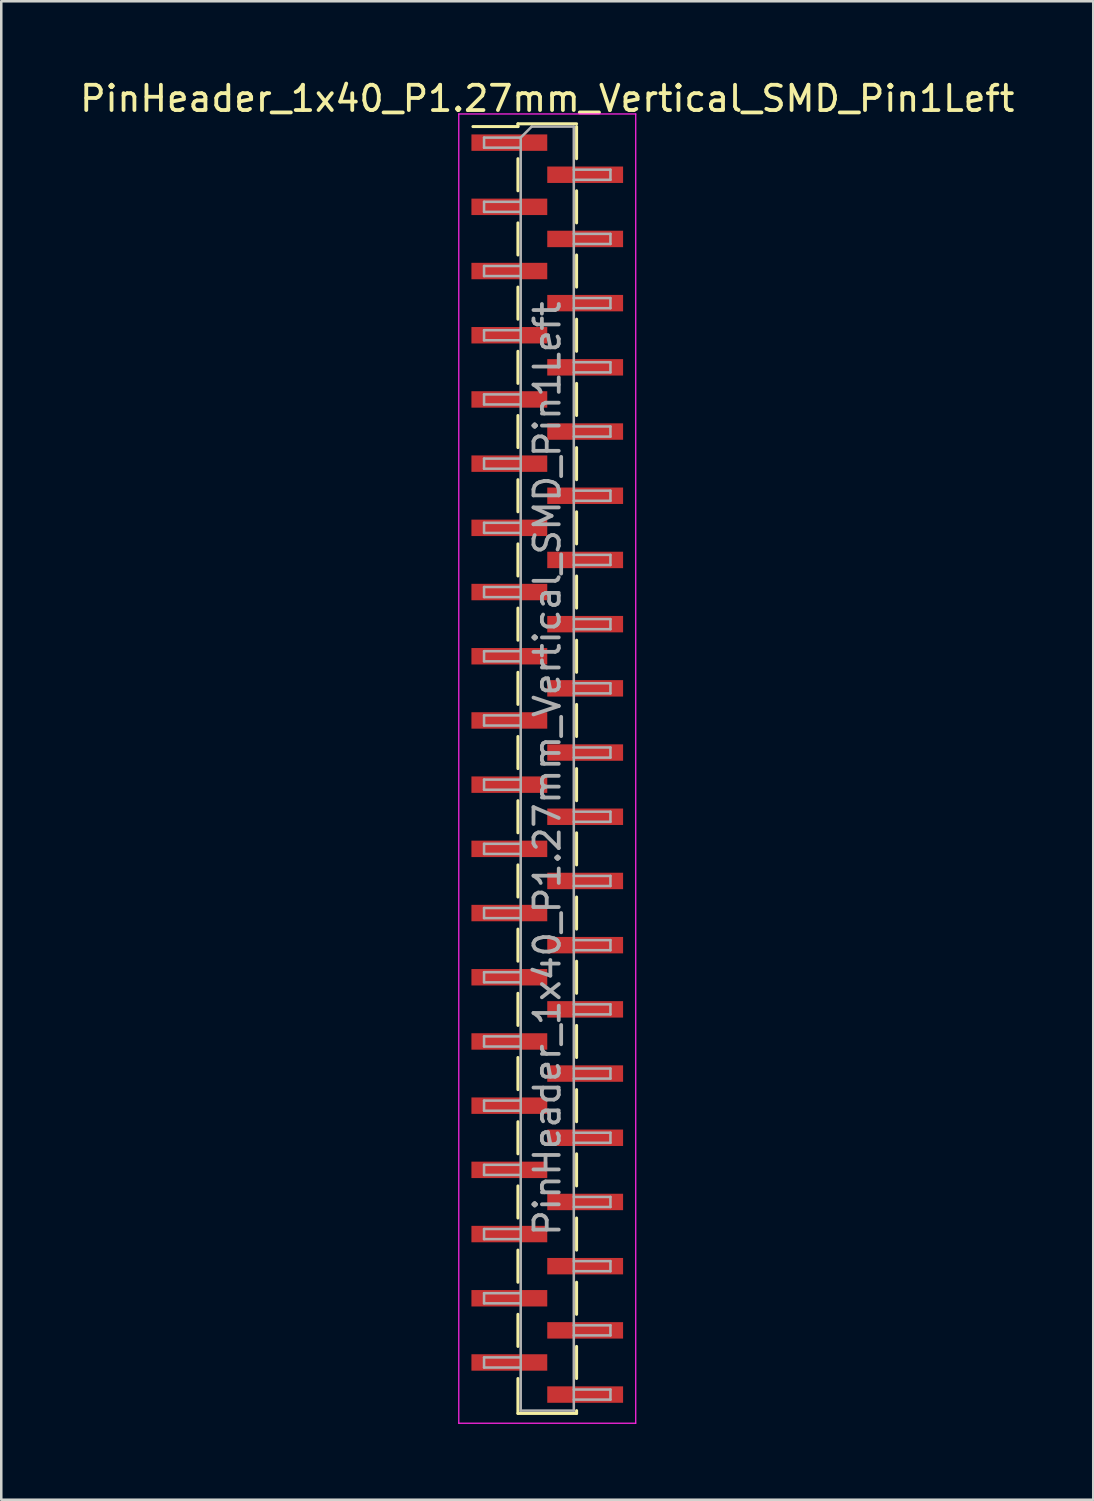
<source format=kicad_pcb>
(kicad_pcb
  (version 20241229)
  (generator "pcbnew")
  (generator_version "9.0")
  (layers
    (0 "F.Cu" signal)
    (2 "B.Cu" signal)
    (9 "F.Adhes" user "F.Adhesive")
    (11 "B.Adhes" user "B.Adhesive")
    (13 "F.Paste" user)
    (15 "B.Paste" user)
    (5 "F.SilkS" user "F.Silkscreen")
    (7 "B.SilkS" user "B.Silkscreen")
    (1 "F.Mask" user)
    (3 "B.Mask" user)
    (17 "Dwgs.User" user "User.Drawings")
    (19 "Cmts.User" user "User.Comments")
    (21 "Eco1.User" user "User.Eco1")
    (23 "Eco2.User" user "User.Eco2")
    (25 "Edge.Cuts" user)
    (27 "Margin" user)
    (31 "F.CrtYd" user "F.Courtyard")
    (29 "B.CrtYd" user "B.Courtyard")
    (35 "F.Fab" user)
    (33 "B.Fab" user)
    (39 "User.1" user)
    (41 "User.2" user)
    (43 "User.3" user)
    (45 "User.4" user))
  (footprint "PinHeader_1x40_P1.27mm_Vertical_SMD_Pin1Left"
    (layer "F.Cu")
    (at 18.601 27.358)
    (property "Reference" "PinHeader_1x40_P1.27mm_Vertical_SMD_Pin1Left" (at 0 -26.51 0) (layer "F.SilkS") (effects (font (size 1 1) (thickness 0.15))))
    (attr smd)
    (fp_line (start -1.16 -25.51) (end -1.16 -25.4) (stroke (width 0.12) (type solid)) (layer "F.SilkS"))
    (fp_line (start -1.16 -25.51) (end 1.16 -25.51) (stroke (width 0.12) (type solid)) (layer "F.SilkS"))
    (fp_line (start -1.16 -25.4) (end -2.94 -25.4) (stroke (width 0.12) (type solid)) (layer "F.SilkS"))
    (fp_line (start -1.16 -24.13) (end -1.16 -22.86) (stroke (width 0.12) (type solid)) (layer "F.SilkS"))
    (fp_line (start -1.16 -21.59) (end -1.16 -20.32) (stroke (width 0.12) (type solid)) (layer "F.SilkS"))
    (fp_line (start -1.16 -19.05) (end -1.16 -17.78) (stroke (width 0.12) (type solid)) (layer "F.SilkS"))
    (fp_line (start -1.16 -16.51) (end -1.16 -15.24) (stroke (width 0.12) (type solid)) (layer "F.SilkS"))
    (fp_line (start -1.16 -13.97) (end -1.16 -12.7) (stroke (width 0.12) (type solid)) (layer "F.SilkS"))
    (fp_line (start -1.16 -11.43) (end -1.16 -10.16) (stroke (width 0.12) (type solid)) (layer "F.SilkS"))
    (fp_line (start -1.16 -8.89) (end -1.16 -7.62) (stroke (width 0.12) (type solid)) (layer "F.SilkS"))
    (fp_line (start -1.16 -6.35) (end -1.16 -5.08) (stroke (width 0.12) (type solid)) (layer "F.SilkS"))
    (fp_line (start -1.16 -3.81) (end -1.16 -2.54) (stroke (width 0.12) (type solid)) (layer "F.SilkS"))
    (fp_line (start -1.16 -1.27) (end -1.16 0) (stroke (width 0.12) (type solid)) (layer "F.SilkS"))
    (fp_line (start -1.16 1.27) (end -1.16 2.54) (stroke (width 0.12) (type solid)) (layer "F.SilkS"))
    (fp_line (start -1.16 3.81) (end -1.16 5.08) (stroke (width 0.12) (type solid)) (layer "F.SilkS"))
    (fp_line (start -1.16 6.35) (end -1.16 7.62) (stroke (width 0.12) (type solid)) (layer "F.SilkS"))
    (fp_line (start -1.16 8.89) (end -1.16 10.16) (stroke (width 0.12) (type solid)) (layer "F.SilkS"))
    (fp_line (start -1.16 11.43) (end -1.16 12.7) (stroke (width 0.12) (type solid)) (layer "F.SilkS"))
    (fp_line (start -1.16 13.97) (end -1.16 15.24) (stroke (width 0.12) (type solid)) (layer "F.SilkS"))
    (fp_line (start -1.16 16.51) (end -1.16 17.78) (stroke (width 0.12) (type solid)) (layer "F.SilkS"))
    (fp_line (start -1.16 19.05) (end -1.16 20.32) (stroke (width 0.12) (type solid)) (layer "F.SilkS"))
    (fp_line (start -1.16 21.59) (end -1.16 22.86) (stroke (width 0.12) (type solid)) (layer "F.SilkS"))
    (fp_line (start -1.16 24.13) (end -1.16 25.51) (stroke (width 0.12) (type solid)) (layer "F.SilkS"))
    (fp_line (start -1.16 25.51) (end 1.16 25.51) (stroke (width 0.12) (type solid)) (layer "F.SilkS"))
    (fp_line (start 1.16 -25.4) (end 1.16 -24.13) (stroke (width 0.12) (type solid)) (layer "F.SilkS"))
    (fp_line (start 1.16 -22.86) (end 1.16 -21.59) (stroke (width 0.12) (type solid)) (layer "F.SilkS"))
    (fp_line (start 1.16 -20.32) (end 1.16 -19.05) (stroke (width 0.12) (type solid)) (layer "F.SilkS"))
    (fp_line (start 1.16 -17.78) (end 1.16 -16.51) (stroke (width 0.12) (type solid)) (layer "F.SilkS"))
    (fp_line (start 1.16 -15.24) (end 1.16 -13.97) (stroke (width 0.12) (type solid)) (layer "F.SilkS"))
    (fp_line (start 1.16 -12.7) (end 1.16 -11.43) (stroke (width 0.12) (type solid)) (layer "F.SilkS"))
    (fp_line (start 1.16 -10.16) (end 1.16 -8.89) (stroke (width 0.12) (type solid)) (layer "F.SilkS"))
    (fp_line (start 1.16 -7.62) (end 1.16 -6.35) (stroke (width 0.12) (type solid)) (layer "F.SilkS"))
    (fp_line (start 1.16 -5.08) (end 1.16 -3.81) (stroke (width 0.12) (type solid)) (layer "F.SilkS"))
    (fp_line (start 1.16 -2.54) (end 1.16 -1.27) (stroke (width 0.12) (type solid)) (layer "F.SilkS"))
    (fp_line (start 1.16 0) (end 1.16 1.27) (stroke (width 0.12) (type solid)) (layer "F.SilkS"))
    (fp_line (start 1.16 2.54) (end 1.16 3.81) (stroke (width 0.12) (type solid)) (layer "F.SilkS"))
    (fp_line (start 1.16 5.08) (end 1.16 6.35) (stroke (width 0.12) (type solid)) (layer "F.SilkS"))
    (fp_line (start 1.16 7.62) (end 1.16 8.89) (stroke (width 0.12) (type solid)) (layer "F.SilkS"))
    (fp_line (start 1.16 10.16) (end 1.16 11.43) (stroke (width 0.12) (type solid)) (layer "F.SilkS"))
    (fp_line (start 1.16 12.7) (end 1.16 13.97) (stroke (width 0.12) (type solid)) (layer "F.SilkS"))
    (fp_line (start 1.16 15.24) (end 1.16 16.51) (stroke (width 0.12) (type solid)) (layer "F.SilkS"))
    (fp_line (start 1.16 17.78) (end 1.16 19.05) (stroke (width 0.12) (type solid)) (layer "F.SilkS"))
    (fp_line (start 1.16 20.32) (end 1.16 21.59) (stroke (width 0.12) (type solid)) (layer "F.SilkS"))
    (fp_line (start 1.16 22.86) (end 1.16 24.13) (stroke (width 0.12) (type solid)) (layer "F.SilkS"))
    (fp_line (start 1.16 25.4) (end 1.16 25.51) (stroke (width 0.12) (type solid)) (layer "F.SilkS"))
    (fp_line (start -3.5 -25.9) (end -3.5 25.9) (stroke (width 0.05) (type solid)) (layer "F.CrtYd"))
    (fp_line (start -3.5 25.9) (end 3.5 25.9) (stroke (width 0.05) (type solid)) (layer "F.CrtYd"))
    (fp_line (start 3.5 -25.9) (end -3.5 -25.9) (stroke (width 0.05) (type solid)) (layer "F.CrtYd"))
    (fp_line (start 3.5 25.9) (end 3.5 -25.9) (stroke (width 0.05) (type solid)) (layer "F.CrtYd"))
    (fp_line (start -2.5 -24.965) (end -2.5 -24.565) (stroke (width 0.1) (type solid)) (layer "F.Fab"))
    (fp_line (start -2.5 -24.565) (end -1.05 -24.565) (stroke (width 0.1) (type solid)) (layer "F.Fab"))
    (fp_line (start -2.5 -22.425) (end -2.5 -22.025) (stroke (width 0.1) (type solid)) (layer "F.Fab"))
    (fp_line (start -2.5 -22.025) (end -1.05 -22.025) (stroke (width 0.1) (type solid)) (layer "F.Fab"))
    (fp_line (start -2.5 -19.885) (end -2.5 -19.485) (stroke (width 0.1) (type solid)) (layer "F.Fab"))
    (fp_line (start -2.5 -19.485) (end -1.05 -19.485) (stroke (width 0.1) (type solid)) (layer "F.Fab"))
    (fp_line (start -2.5 -17.345) (end -2.5 -16.945) (stroke (width 0.1) (type solid)) (layer "F.Fab"))
    (fp_line (start -2.5 -16.945) (end -1.05 -16.945) (stroke (width 0.1) (type solid)) (layer "F.Fab"))
    (fp_line (start -2.5 -14.805) (end -2.5 -14.405) (stroke (width 0.1) (type solid)) (layer "F.Fab"))
    (fp_line (start -2.5 -14.405) (end -1.05 -14.405) (stroke (width 0.1) (type solid)) (layer "F.Fab"))
    (fp_line (start -2.5 -12.265) (end -2.5 -11.865) (stroke (width 0.1) (type solid)) (layer "F.Fab"))
    (fp_line (start -2.5 -11.865) (end -1.05 -11.865) (stroke (width 0.1) (type solid)) (layer "F.Fab"))
    (fp_line (start -2.5 -9.725) (end -2.5 -9.325) (stroke (width 0.1) (type solid)) (layer "F.Fab"))
    (fp_line (start -2.5 -9.325) (end -1.05 -9.325) (stroke (width 0.1) (type solid)) (layer "F.Fab"))
    (fp_line (start -2.5 -7.185) (end -2.5 -6.785) (stroke (width 0.1) (type solid)) (layer "F.Fab"))
    (fp_line (start -2.5 -6.785) (end -1.05 -6.785) (stroke (width 0.1) (type solid)) (layer "F.Fab"))
    (fp_line (start -2.5 -4.645) (end -2.5 -4.245) (stroke (width 0.1) (type solid)) (layer "F.Fab"))
    (fp_line (start -2.5 -4.245) (end -1.05 -4.245) (stroke (width 0.1) (type solid)) (layer "F.Fab"))
    (fp_line (start -2.5 -2.105) (end -2.5 -1.705) (stroke (width 0.1) (type solid)) (layer "F.Fab"))
    (fp_line (start -2.5 -1.705) (end -1.05 -1.705) (stroke (width 0.1) (type solid)) (layer "F.Fab"))
    (fp_line (start -2.5 0.435) (end -2.5 0.835) (stroke (width 0.1) (type solid)) (layer "F.Fab"))
    (fp_line (start -2.5 0.835) (end -1.05 0.835) (stroke (width 0.1) (type solid)) (layer "F.Fab"))
    (fp_line (start -2.5 2.975) (end -2.5 3.375) (stroke (width 0.1) (type solid)) (layer "F.Fab"))
    (fp_line (start -2.5 3.375) (end -1.05 3.375) (stroke (width 0.1) (type solid)) (layer "F.Fab"))
    (fp_line (start -2.5 5.515) (end -2.5 5.915) (stroke (width 0.1) (type solid)) (layer "F.Fab"))
    (fp_line (start -2.5 5.915) (end -1.05 5.915) (stroke (width 0.1) (type solid)) (layer "F.Fab"))
    (fp_line (start -2.5 8.055) (end -2.5 8.455) (stroke (width 0.1) (type solid)) (layer "F.Fab"))
    (fp_line (start -2.5 8.455) (end -1.05 8.455) (stroke (width 0.1) (type solid)) (layer "F.Fab"))
    (fp_line (start -2.5 10.595) (end -2.5 10.995) (stroke (width 0.1) (type solid)) (layer "F.Fab"))
    (fp_line (start -2.5 10.995) (end -1.05 10.995) (stroke (width 0.1) (type solid)) (layer "F.Fab"))
    (fp_line (start -2.5 13.135) (end -2.5 13.535) (stroke (width 0.1) (type solid)) (layer "F.Fab"))
    (fp_line (start -2.5 13.535) (end -1.05 13.535) (stroke (width 0.1) (type solid)) (layer "F.Fab"))
    (fp_line (start -2.5 15.675) (end -2.5 16.075) (stroke (width 0.1) (type solid)) (layer "F.Fab"))
    (fp_line (start -2.5 16.075) (end -1.05 16.075) (stroke (width 0.1) (type solid)) (layer "F.Fab"))
    (fp_line (start -2.5 18.215) (end -2.5 18.615) (stroke (width 0.1) (type solid)) (layer "F.Fab"))
    (fp_line (start -2.5 18.615) (end -1.05 18.615) (stroke (width 0.1) (type solid)) (layer "F.Fab"))
    (fp_line (start -2.5 20.755) (end -2.5 21.155) (stroke (width 0.1) (type solid)) (layer "F.Fab"))
    (fp_line (start -2.5 21.155) (end -1.05 21.155) (stroke (width 0.1) (type solid)) (layer "F.Fab"))
    (fp_line (start -2.5 23.295) (end -2.5 23.695) (stroke (width 0.1) (type solid)) (layer "F.Fab"))
    (fp_line (start -2.5 23.695) (end -1.05 23.695) (stroke (width 0.1) (type solid)) (layer "F.Fab"))
    (fp_line (start -1.05 -24.965) (end -2.5 -24.965) (stroke (width 0.1) (type solid)) (layer "F.Fab"))
    (fp_line (start -1.05 -24.965) (end -0.615 -25.4) (stroke (width 0.1) (type solid)) (layer "F.Fab"))
    (fp_line (start -1.05 -22.425) (end -2.5 -22.425) (stroke (width 0.1) (type solid)) (layer "F.Fab"))
    (fp_line (start -1.05 -19.885) (end -2.5 -19.885) (stroke (width 0.1) (type solid)) (layer "F.Fab"))
    (fp_line (start -1.05 -17.345) (end -2.5 -17.345) (stroke (width 0.1) (type solid)) (layer "F.Fab"))
    (fp_line (start -1.05 -14.805) (end -2.5 -14.805) (stroke (width 0.1) (type solid)) (layer "F.Fab"))
    (fp_line (start -1.05 -12.265) (end -2.5 -12.265) (stroke (width 0.1) (type solid)) (layer "F.Fab"))
    (fp_line (start -1.05 -9.725) (end -2.5 -9.725) (stroke (width 0.1) (type solid)) (layer "F.Fab"))
    (fp_line (start -1.05 -7.185) (end -2.5 -7.185) (stroke (width 0.1) (type solid)) (layer "F.Fab"))
    (fp_line (start -1.05 -4.645) (end -2.5 -4.645) (stroke (width 0.1) (type solid)) (layer "F.Fab"))
    (fp_line (start -1.05 -2.105) (end -2.5 -2.105) (stroke (width 0.1) (type solid)) (layer "F.Fab"))
    (fp_line (start -1.05 0.435) (end -2.5 0.435) (stroke (width 0.1) (type solid)) (layer "F.Fab"))
    (fp_line (start -1.05 2.975) (end -2.5 2.975) (stroke (width 0.1) (type solid)) (layer "F.Fab"))
    (fp_line (start -1.05 5.515) (end -2.5 5.515) (stroke (width 0.1) (type solid)) (layer "F.Fab"))
    (fp_line (start -1.05 8.055) (end -2.5 8.055) (stroke (width 0.1) (type solid)) (layer "F.Fab"))
    (fp_line (start -1.05 10.595) (end -2.5 10.595) (stroke (width 0.1) (type solid)) (layer "F.Fab"))
    (fp_line (start -1.05 13.135) (end -2.5 13.135) (stroke (width 0.1) (type solid)) (layer "F.Fab"))
    (fp_line (start -1.05 15.675) (end -2.5 15.675) (stroke (width 0.1) (type solid)) (layer "F.Fab"))
    (fp_line (start -1.05 18.215) (end -2.5 18.215) (stroke (width 0.1) (type solid)) (layer "F.Fab"))
    (fp_line (start -1.05 20.755) (end -2.5 20.755) (stroke (width 0.1) (type solid)) (layer "F.Fab"))
    (fp_line (start -1.05 23.295) (end -2.5 23.295) (stroke (width 0.1) (type solid)) (layer "F.Fab"))
    (fp_line (start -1.05 25.4) (end -1.05 -24.965) (stroke (width 0.1) (type solid)) (layer "F.Fab"))
    (fp_line (start -0.615 -25.4) (end 1.05 -25.4) (stroke (width 0.1) (type solid)) (layer "F.Fab"))
    (fp_line (start 1.05 -25.4) (end 1.05 25.4) (stroke (width 0.1) (type solid)) (layer "F.Fab"))
    (fp_line (start 1.05 -23.695) (end 2.5 -23.695) (stroke (width 0.1) (type solid)) (layer "F.Fab"))
    (fp_line (start 1.05 -21.155) (end 2.5 -21.155) (stroke (width 0.1) (type solid)) (layer "F.Fab"))
    (fp_line (start 1.05 -18.615) (end 2.5 -18.615) (stroke (width 0.1) (type solid)) (layer "F.Fab"))
    (fp_line (start 1.05 -16.075) (end 2.5 -16.075) (stroke (width 0.1) (type solid)) (layer "F.Fab"))
    (fp_line (start 1.05 -13.535) (end 2.5 -13.535) (stroke (width 0.1) (type solid)) (layer "F.Fab"))
    (fp_line (start 1.05 -10.995) (end 2.5 -10.995) (stroke (width 0.1) (type solid)) (layer "F.Fab"))
    (fp_line (start 1.05 -8.455) (end 2.5 -8.455) (stroke (width 0.1) (type solid)) (layer "F.Fab"))
    (fp_line (start 1.05 -5.915) (end 2.5 -5.915) (stroke (width 0.1) (type solid)) (layer "F.Fab"))
    (fp_line (start 1.05 -3.375) (end 2.5 -3.375) (stroke (width 0.1) (type solid)) (layer "F.Fab"))
    (fp_line (start 1.05 -0.835) (end 2.5 -0.835) (stroke (width 0.1) (type solid)) (layer "F.Fab"))
    (fp_line (start 1.05 1.705) (end 2.5 1.705) (stroke (width 0.1) (type solid)) (layer "F.Fab"))
    (fp_line (start 1.05 4.245) (end 2.5 4.245) (stroke (width 0.1) (type solid)) (layer "F.Fab"))
    (fp_line (start 1.05 6.785) (end 2.5 6.785) (stroke (width 0.1) (type solid)) (layer "F.Fab"))
    (fp_line (start 1.05 9.325) (end 2.5 9.325) (stroke (width 0.1) (type solid)) (layer "F.Fab"))
    (fp_line (start 1.05 11.865) (end 2.5 11.865) (stroke (width 0.1) (type solid)) (layer "F.Fab"))
    (fp_line (start 1.05 14.405) (end 2.5 14.405) (stroke (width 0.1) (type solid)) (layer "F.Fab"))
    (fp_line (start 1.05 16.945) (end 2.5 16.945) (stroke (width 0.1) (type solid)) (layer "F.Fab"))
    (fp_line (start 1.05 19.485) (end 2.5 19.485) (stroke (width 0.1) (type solid)) (layer "F.Fab"))
    (fp_line (start 1.05 22.025) (end 2.5 22.025) (stroke (width 0.1) (type solid)) (layer "F.Fab"))
    (fp_line (start 1.05 24.565) (end 2.5 24.565) (stroke (width 0.1) (type solid)) (layer "F.Fab"))
    (fp_line (start 1.05 25.4) (end -1.05 25.4) (stroke (width 0.1) (type solid)) (layer "F.Fab"))
    (fp_line (start 2.5 -23.695) (end 2.5 -23.295) (stroke (width 0.1) (type solid)) (layer "F.Fab"))
    (fp_line (start 2.5 -23.295) (end 1.05 -23.295) (stroke (width 0.1) (type solid)) (layer "F.Fab"))
    (fp_line (start 2.5 -21.155) (end 2.5 -20.755) (stroke (width 0.1) (type solid)) (layer "F.Fab"))
    (fp_line (start 2.5 -20.755) (end 1.05 -20.755) (stroke (width 0.1) (type solid)) (layer "F.Fab"))
    (fp_line (start 2.5 -18.615) (end 2.5 -18.215) (stroke (width 0.1) (type solid)) (layer "F.Fab"))
    (fp_line (start 2.5 -18.215) (end 1.05 -18.215) (stroke (width 0.1) (type solid)) (layer "F.Fab"))
    (fp_line (start 2.5 -16.075) (end 2.5 -15.675) (stroke (width 0.1) (type solid)) (layer "F.Fab"))
    (fp_line (start 2.5 -15.675) (end 1.05 -15.675) (stroke (width 0.1) (type solid)) (layer "F.Fab"))
    (fp_line (start 2.5 -13.535) (end 2.5 -13.135) (stroke (width 0.1) (type solid)) (layer "F.Fab"))
    (fp_line (start 2.5 -13.135) (end 1.05 -13.135) (stroke (width 0.1) (type solid)) (layer "F.Fab"))
    (fp_line (start 2.5 -10.995) (end 2.5 -10.595) (stroke (width 0.1) (type solid)) (layer "F.Fab"))
    (fp_line (start 2.5 -10.595) (end 1.05 -10.595) (stroke (width 0.1) (type solid)) (layer "F.Fab"))
    (fp_line (start 2.5 -8.455) (end 2.5 -8.055) (stroke (width 0.1) (type solid)) (layer "F.Fab"))
    (fp_line (start 2.5 -8.055) (end 1.05 -8.055) (stroke (width 0.1) (type solid)) (layer "F.Fab"))
    (fp_line (start 2.5 -5.915) (end 2.5 -5.515) (stroke (width 0.1) (type solid)) (layer "F.Fab"))
    (fp_line (start 2.5 -5.515) (end 1.05 -5.515) (stroke (width 0.1) (type solid)) (layer "F.Fab"))
    (fp_line (start 2.5 -3.375) (end 2.5 -2.975) (stroke (width 0.1) (type solid)) (layer "F.Fab"))
    (fp_line (start 2.5 -2.975) (end 1.05 -2.975) (stroke (width 0.1) (type solid)) (layer "F.Fab"))
    (fp_line (start 2.5 -0.835) (end 2.5 -0.435) (stroke (width 0.1) (type solid)) (layer "F.Fab"))
    (fp_line (start 2.5 -0.435) (end 1.05 -0.435) (stroke (width 0.1) (type solid)) (layer "F.Fab"))
    (fp_line (start 2.5 1.705) (end 2.5 2.105) (stroke (width 0.1) (type solid)) (layer "F.Fab"))
    (fp_line (start 2.5 2.105) (end 1.05 2.105) (stroke (width 0.1) (type solid)) (layer "F.Fab"))
    (fp_line (start 2.5 4.245) (end 2.5 4.645) (stroke (width 0.1) (type solid)) (layer "F.Fab"))
    (fp_line (start 2.5 4.645) (end 1.05 4.645) (stroke (width 0.1) (type solid)) (layer "F.Fab"))
    (fp_line (start 2.5 6.785) (end 2.5 7.185) (stroke (width 0.1) (type solid)) (layer "F.Fab"))
    (fp_line (start 2.5 7.185) (end 1.05 7.185) (stroke (width 0.1) (type solid)) (layer "F.Fab"))
    (fp_line (start 2.5 9.325) (end 2.5 9.725) (stroke (width 0.1) (type solid)) (layer "F.Fab"))
    (fp_line (start 2.5 9.725) (end 1.05 9.725) (stroke (width 0.1) (type solid)) (layer "F.Fab"))
    (fp_line (start 2.5 11.865) (end 2.5 12.265) (stroke (width 0.1) (type solid)) (layer "F.Fab"))
    (fp_line (start 2.5 12.265) (end 1.05 12.265) (stroke (width 0.1) (type solid)) (layer "F.Fab"))
    (fp_line (start 2.5 14.405) (end 2.5 14.805) (stroke (width 0.1) (type solid)) (layer "F.Fab"))
    (fp_line (start 2.5 14.805) (end 1.05 14.805) (stroke (width 0.1) (type solid)) (layer "F.Fab"))
    (fp_line (start 2.5 16.945) (end 2.5 17.345) (stroke (width 0.1) (type solid)) (layer "F.Fab"))
    (fp_line (start 2.5 17.345) (end 1.05 17.345) (stroke (width 0.1) (type solid)) (layer "F.Fab"))
    (fp_line (start 2.5 19.485) (end 2.5 19.885) (stroke (width 0.1) (type solid)) (layer "F.Fab"))
    (fp_line (start 2.5 19.885) (end 1.05 19.885) (stroke (width 0.1) (type solid)) (layer "F.Fab"))
    (fp_line (start 2.5 22.025) (end 2.5 22.425) (stroke (width 0.1) (type solid)) (layer "F.Fab"))
    (fp_line (start 2.5 22.425) (end 1.05 22.425) (stroke (width 0.1) (type solid)) (layer "F.Fab"))
    (fp_line (start 2.5 24.565) (end 2.5 24.965) (stroke (width 0.1) (type solid)) (layer "F.Fab"))
    (fp_line (start 2.5 24.965) (end 1.05 24.965) (stroke (width 0.1) (type solid)) (layer "F.Fab"))
    (fp_text user "${REFERENCE}" (at 0 0 90) (layer "F.Fab") (effects (font (size 1 1) (thickness 0.15))))
    (pad "1" smd rect (at -1.5 -24.765) (size 3 0.65) (layers "F.Cu" "F.Mask" "F.Paste"))
    (pad "2" smd rect (at 1.5 -23.495) (size 3 0.65) (layers "F.Cu" "F.Mask" "F.Paste"))
    (pad "3" smd rect (at -1.5 -22.225) (size 3 0.65) (layers "F.Cu" "F.Mask" "F.Paste"))
    (pad "4" smd rect (at 1.5 -20.955) (size 3 0.65) (layers "F.Cu" "F.Mask" "F.Paste"))
    (pad "5" smd rect (at -1.5 -19.685) (size 3 0.65) (layers "F.Cu" "F.Mask" "F.Paste"))
    (pad "6" smd rect (at 1.5 -18.415) (size 3 0.65) (layers "F.Cu" "F.Mask" "F.Paste"))
    (pad "7" smd rect (at -1.5 -17.145) (size 3 0.65) (layers "F.Cu" "F.Mask" "F.Paste"))
    (pad "8" smd rect (at 1.5 -15.875) (size 3 0.65) (layers "F.Cu" "F.Mask" "F.Paste"))
    (pad "9" smd rect (at -1.5 -14.605) (size 3 0.65) (layers "F.Cu" "F.Mask" "F.Paste"))
    (pad "10" smd rect (at 1.5 -13.335) (size 3 0.65) (layers "F.Cu" "F.Mask" "F.Paste"))
    (pad "11" smd rect (at -1.5 -12.065) (size 3 0.65) (layers "F.Cu" "F.Mask" "F.Paste"))
    (pad "12" smd rect (at 1.5 -10.795) (size 3 0.65) (layers "F.Cu" "F.Mask" "F.Paste"))
    (pad "13" smd rect (at -1.5 -9.525) (size 3 0.65) (layers "F.Cu" "F.Mask" "F.Paste"))
    (pad "14" smd rect (at 1.5 -8.255) (size 3 0.65) (layers "F.Cu" "F.Mask" "F.Paste"))
    (pad "15" smd rect (at -1.5 -6.985) (size 3 0.65) (layers "F.Cu" "F.Mask" "F.Paste"))
    (pad "16" smd rect (at 1.5 -5.715) (size 3 0.65) (layers "F.Cu" "F.Mask" "F.Paste"))
    (pad "17" smd rect (at -1.5 -4.445) (size 3 0.65) (layers "F.Cu" "F.Mask" "F.Paste"))
    (pad "18" smd rect (at 1.5 -3.175) (size 3 0.65) (layers "F.Cu" "F.Mask" "F.Paste"))
    (pad "19" smd rect (at -1.5 -1.905) (size 3 0.65) (layers "F.Cu" "F.Mask" "F.Paste"))
    (pad "20" smd rect (at 1.5 -0.635) (size 3 0.65) (layers "F.Cu" "F.Mask" "F.Paste"))
    (pad "21" smd rect (at -1.5 0.635) (size 3 0.65) (layers "F.Cu" "F.Mask" "F.Paste"))
    (pad "22" smd rect (at 1.5 1.905) (size 3 0.65) (layers "F.Cu" "F.Mask" "F.Paste"))
    (pad "23" smd rect (at -1.5 3.175) (size 3 0.65) (layers "F.Cu" "F.Mask" "F.Paste"))
    (pad "24" smd rect (at 1.5 4.445) (size 3 0.65) (layers "F.Cu" "F.Mask" "F.Paste"))
    (pad "25" smd rect (at -1.5 5.715) (size 3 0.65) (layers "F.Cu" "F.Mask" "F.Paste"))
    (pad "26" smd rect (at 1.5 6.985) (size 3 0.65) (layers "F.Cu" "F.Mask" "F.Paste"))
    (pad "27" smd rect (at -1.5 8.255) (size 3 0.65) (layers "F.Cu" "F.Mask" "F.Paste"))
    (pad "28" smd rect (at 1.5 9.525) (size 3 0.65) (layers "F.Cu" "F.Mask" "F.Paste"))
    (pad "29" smd rect (at -1.5 10.795) (size 3 0.65) (layers "F.Cu" "F.Mask" "F.Paste"))
    (pad "30" smd rect (at 1.5 12.065) (size 3 0.65) (layers "F.Cu" "F.Mask" "F.Paste"))
    (pad "31" smd rect (at -1.5 13.335) (size 3 0.65) (layers "F.Cu" "F.Mask" "F.Paste"))
    (pad "32" smd rect (at 1.5 14.605) (size 3 0.65) (layers "F.Cu" "F.Mask" "F.Paste"))
    (pad "33" smd rect (at -1.5 15.875) (size 3 0.65) (layers "F.Cu" "F.Mask" "F.Paste"))
    (pad "34" smd rect (at 1.5 17.145) (size 3 0.65) (layers "F.Cu" "F.Mask" "F.Paste"))
    (pad "35" smd rect (at -1.5 18.415) (size 3 0.65) (layers "F.Cu" "F.Mask" "F.Paste"))
    (pad "36" smd rect (at 1.5 19.685) (size 3 0.65) (layers "F.Cu" "F.Mask" "F.Paste"))
    (pad "37" smd rect (at -1.5 20.955) (size 3 0.65) (layers "F.Cu" "F.Mask" "F.Paste"))
    (pad "38" smd rect (at 1.5 22.225) (size 3 0.65) (layers "F.Cu" "F.Mask" "F.Paste"))
    (pad "39" smd rect (at -1.5 23.495) (size 3 0.65) (layers "F.Cu" "F.Mask" "F.Paste"))
    (pad "40" smd rect (at 1.5 24.765) (size 3 0.65) (layers "F.Cu" "F.Mask" "F.Paste")))
  (gr_rect
    (start -3 -3)
    (end 40.202 56.283)
    (stroke (width 0.1) (type default))
    (fill no)
    (layer "Edge.Cuts")))
</source>
